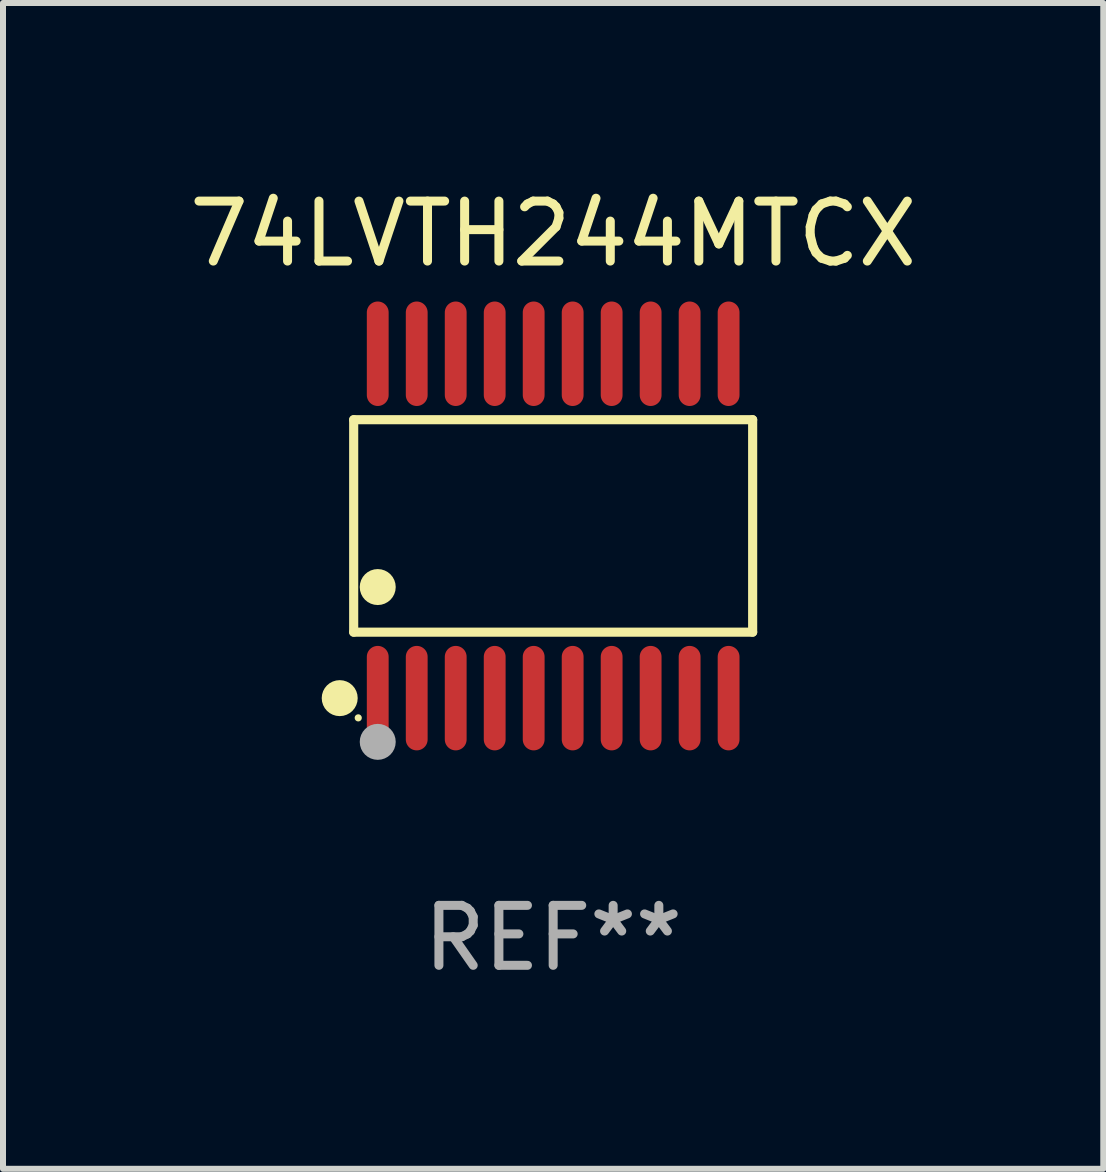
<source format=kicad_pcb>
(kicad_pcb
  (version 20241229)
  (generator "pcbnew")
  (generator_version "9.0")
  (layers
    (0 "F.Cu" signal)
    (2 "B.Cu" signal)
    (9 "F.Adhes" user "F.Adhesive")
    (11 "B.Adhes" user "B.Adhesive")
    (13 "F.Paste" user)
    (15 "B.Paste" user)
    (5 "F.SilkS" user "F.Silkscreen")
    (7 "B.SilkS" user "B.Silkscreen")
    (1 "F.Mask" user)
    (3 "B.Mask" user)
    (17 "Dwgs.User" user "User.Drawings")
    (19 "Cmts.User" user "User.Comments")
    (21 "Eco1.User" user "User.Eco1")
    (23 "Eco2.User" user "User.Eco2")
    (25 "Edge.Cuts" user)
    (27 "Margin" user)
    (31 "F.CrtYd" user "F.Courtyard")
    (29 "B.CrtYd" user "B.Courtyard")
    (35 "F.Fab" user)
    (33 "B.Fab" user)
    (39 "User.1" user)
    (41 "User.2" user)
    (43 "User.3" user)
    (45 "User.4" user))
  (footprint "74LVTH244MTCX"
    (layer "F.Cu")
    (at 6.173 5.719)
    (property "Reference" "74LVTH244MTCX" (at 0 -4.871 0) (layer "F.SilkS") (effects (font (size 1 1) (thickness 0.15))))
    (attr through_hole)
    (fp_line (start -3.326 -1.771) (end 3.326 -1.771) (stroke (width 0.152) (type solid)) (layer "F.SilkS"))
    (fp_line (start -3.326 1.771) (end -3.326 -1.771) (stroke (width 0.152) (type solid)) (layer "F.SilkS"))
    (fp_line (start 3.326 -1.771) (end 3.326 1.771) (stroke (width 0.152) (type solid)) (layer "F.SilkS"))
    (fp_line (start 3.326 1.771) (end -3.326 1.771) (stroke (width 0.152) (type solid)) (layer "F.SilkS"))
    (fp_circle (center -3.559 2.871) (end -3.409 2.871) (stroke (width 0.3) (type solid)) (fill no) (layer "F.SilkS"))
    (fp_circle (center -3.25 3.2) (end -3.22 3.2) (stroke (width 0.06) (type solid)) (fill no) (layer "F.SilkS"))
    (fp_circle (center -2.925 1.019) (end -2.775 1.019) (stroke (width 0.3) (type solid)) (fill no) (layer "F.SilkS"))
    (fp_circle (center -2.925 3.6) (end -2.775 3.6) (stroke (width 0.3) (type solid)) (fill no) (layer "F.Fab"))
    (fp_text user "REF**" (at 0 6.871 0) (layer "F.Fab") (effects (font (size 1 1) (thickness 0.15))))
    (pad "1" smd oval (at -2.925 2.871) (size 0.364 1.742) (layers "F.Cu" "F.Mask" "F.Paste"))
    (pad "2" smd oval (at -2.275 2.871) (size 0.364 1.742) (layers "F.Cu" "F.Mask" "F.Paste"))
    (pad "3" smd oval (at -1.625 2.871) (size 0.364 1.742) (layers "F.Cu" "F.Mask" "F.Paste"))
    (pad "4" smd oval (at -0.975 2.871) (size 0.364 1.742) (layers "F.Cu" "F.Mask" "F.Paste"))
    (pad "5" smd oval (at -0.325 2.871) (size 0.364 1.742) (layers "F.Cu" "F.Mask" "F.Paste"))
    (pad "6" smd oval (at 0.325 2.871) (size 0.364 1.742) (layers "F.Cu" "F.Mask" "F.Paste"))
    (pad "7" smd oval (at 0.975 2.871) (size 0.364 1.742) (layers "F.Cu" "F.Mask" "F.Paste"))
    (pad "8" smd oval (at 1.625 2.871) (size 0.364 1.742) (layers "F.Cu" "F.Mask" "F.Paste"))
    (pad "9" smd oval (at 2.275 2.871) (size 0.364 1.742) (layers "F.Cu" "F.Mask" "F.Paste"))
    (pad "10" smd oval (at 2.925 2.871) (size 0.364 1.742) (layers "F.Cu" "F.Mask" "F.Paste"))
    (pad "11" smd oval (at 2.925 -2.871) (size 0.364 1.742) (layers "F.Cu" "F.Mask" "F.Paste"))
    (pad "12" smd oval (at 2.275 -2.871) (size 0.364 1.742) (layers "F.Cu" "F.Mask" "F.Paste"))
    (pad "13" smd oval (at 1.625 -2.871) (size 0.364 1.742) (layers "F.Cu" "F.Mask" "F.Paste"))
    (pad "14" smd oval (at 0.975 -2.871) (size 0.364 1.742) (layers "F.Cu" "F.Mask" "F.Paste"))
    (pad "15" smd oval (at 0.325 -2.871) (size 0.364 1.742) (layers "F.Cu" "F.Mask" "F.Paste"))
    (pad "16" smd oval (at -0.325 -2.871) (size 0.364 1.742) (layers "F.Cu" "F.Mask" "F.Paste"))
    (pad "17" smd oval (at -0.975 -2.871) (size 0.364 1.742) (layers "F.Cu" "F.Mask" "F.Paste"))
    (pad "18" smd oval (at -1.625 -2.871) (size 0.364 1.742) (layers "F.Cu" "F.Mask" "F.Paste"))
    (pad "19" smd oval (at -2.275 -2.871) (size 0.364 1.742) (layers "F.Cu" "F.Mask" "F.Paste"))
    (pad "20" smd oval (at -2.925 -2.871) (size 0.364 1.742) (layers "F.Cu" "F.Mask" "F.Paste")))
  (gr_rect
    (start -3 -3)
    (end 15.345 16.438)
    (stroke (width 0.1) (type default))
    (fill no)
    (layer "Edge.Cuts")))
</source>
